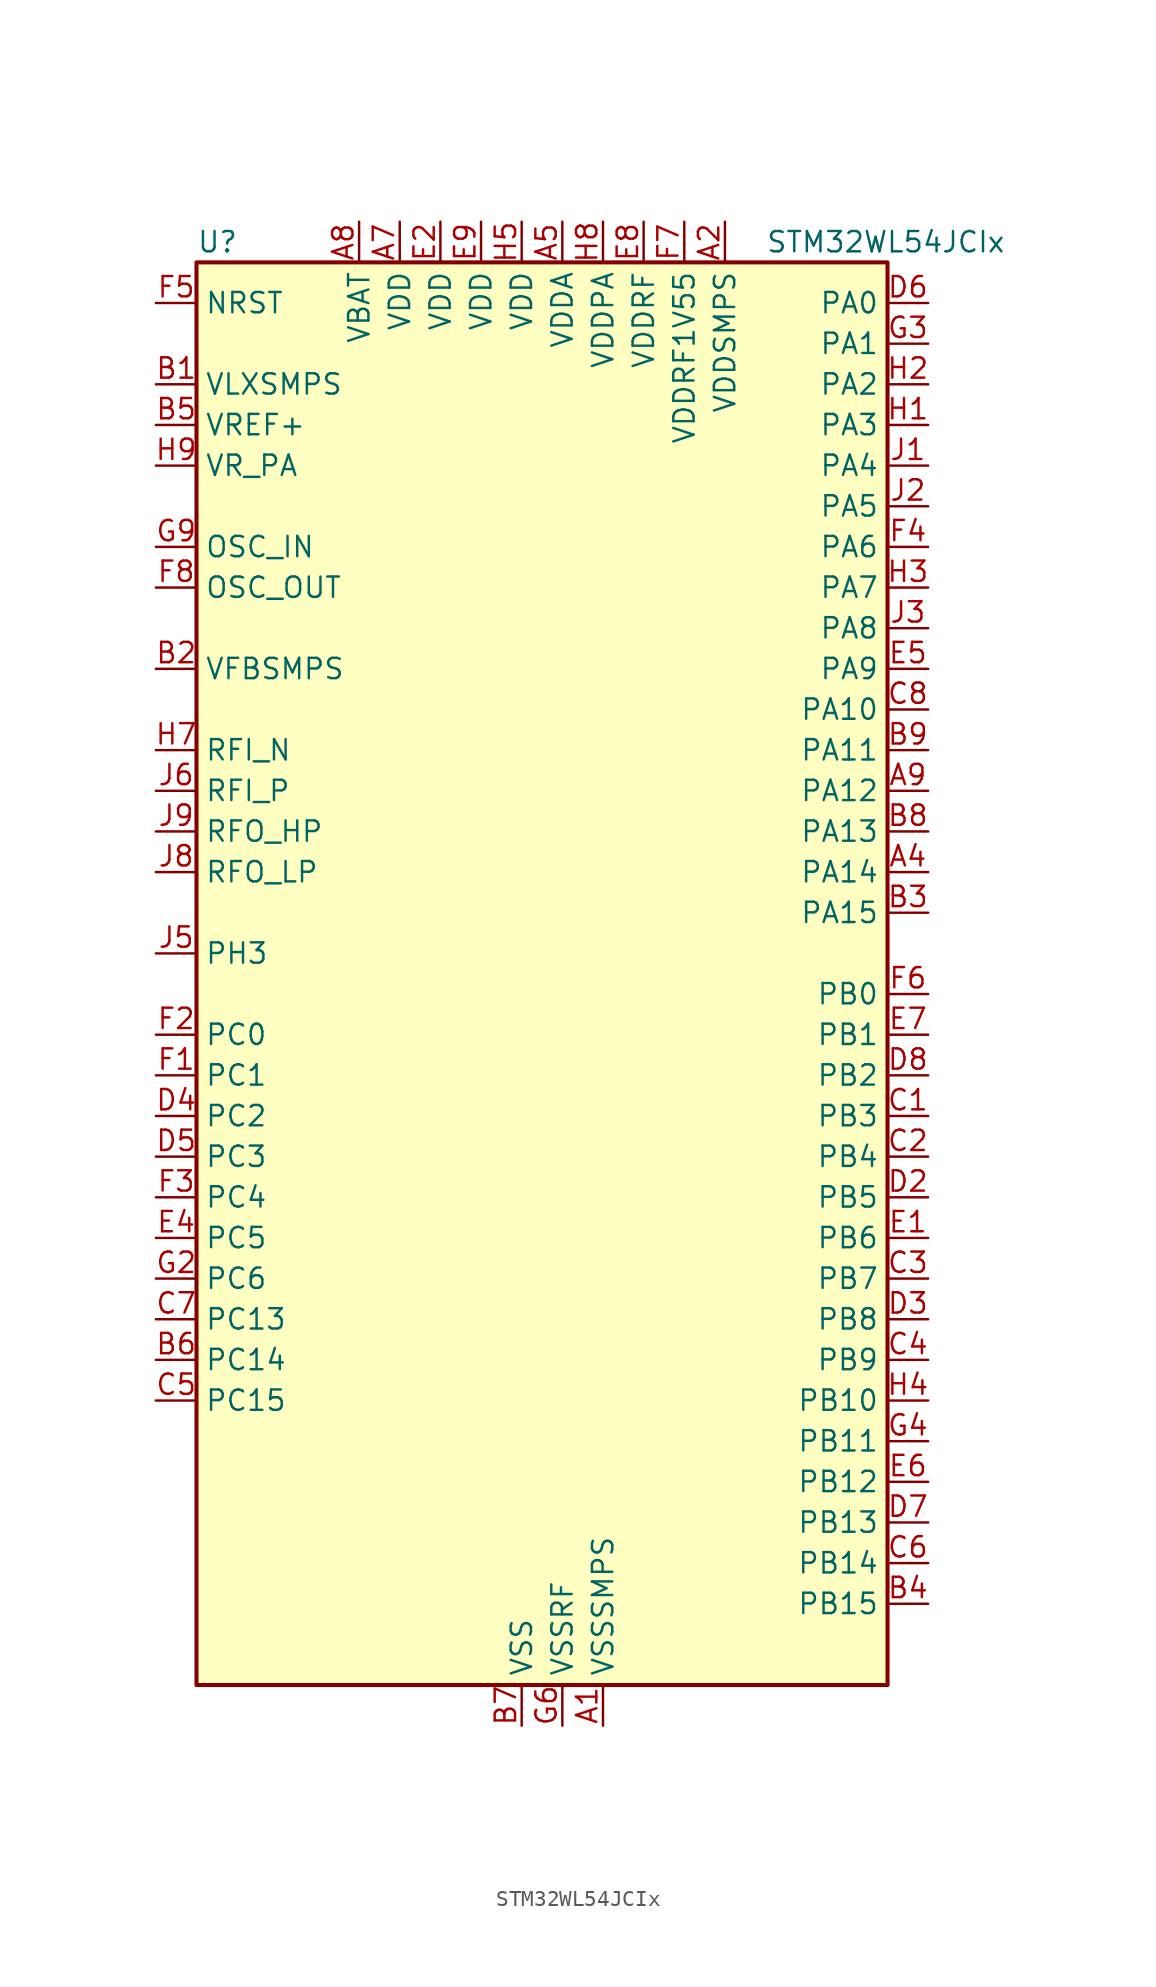
<source format=kicad_sym>
(kicad_symbol_lib
  (version 20220914)
  (generator kicad_symbol_editor)
  (symbol "STM32WL54JCIx"
    (property "Reference" "U"
      (at -20.32 46.99 0)
      (effects (font (size 1.27 1.27)) (justify left)))
    (property "Value" "STM32WL54JCIx"
      (at 15.24 46.99 0)
      (effects (font (size 1.27 1.27)) (justify left)))
    (property "ki_locked" ""
      (at 0 0 0)
      (effects (font (size 1.27 1.27))))
    (symbol "STM32WL54JCIx_0_1"
      (rectangle (start -20.32 -43.18) (end 22.86 45.72) (stroke (width 0.254) (type default)) (fill (type background))))
    (symbol "STM32WL54JCIx_1_1"
      (pin power_in line (at 5.08 -45.72 90) (length 2.54) (name "VSSSMPS" (effects (font (size 1.27 1.27)))) (number "A1" (effects (font (size 1.27 1.27)))))
      (pin power_in line (at 12.7 48.26 270) (length 2.54) (name "VDDSMPS" (effects (font (size 1.27 1.27)))) (number "A2" (effects (font (size 1.27 1.27)))))
      (pin bidirectional line (at 25.4 7.62 180) (length 2.54) (name "PA14" (effects (font (size 1.27 1.27)))) (number "A4" (effects (font (size 1.27 1.27)))) (alternate "ADC_IN10" bidirectional line) (alternate "DEBUG_JTCK-SWCLK" bidirectional line) (alternate "I2C1_SMBA" bidirectional line) (alternate "LPTIM1_OUT" bidirectional line))
      (pin power_in line (at 2.54 48.26 270) (length 2.54) (name "VDDA" (effects (font (size 1.27 1.27)))) (number "A5" (effects (font (size 1.27 1.27)))))
      (pin power_in line (at -7.62 48.26 270) (length 2.54) (name "VDD" (effects (font (size 1.27 1.27)))) (number "A7" (effects (font (size 1.27 1.27)))))
      (pin power_in line (at -10.16 48.26 270) (length 2.54) (name "VBAT" (effects (font (size 1.27 1.27)))) (number "A8" (effects (font (size 1.27 1.27)))))
      (pin bidirectional line (at 25.4 12.7 180) (length 2.54) (name "PA12" (effects (font (size 1.27 1.27)))) (number "A9" (effects (font (size 1.27 1.27)))) (alternate "ADC_IN8" bidirectional line) (alternate "DEBUG_RF-BUSY" bidirectional line) (alternate "I2C2_SCL" bidirectional line) (alternate "LPTIM3_IN1" bidirectional line) (alternate "SPI1_MOSI" bidirectional line) (alternate "TIM1_ETR" bidirectional line) (alternate "USART1_DE" bidirectional line) (alternate "USART1_RTS" bidirectional line))
      (pin power_in line (at -22.86 38.1 0) (length 2.54) (name "VLXSMPS" (effects (font (size 1.27 1.27)))) (number "B1" (effects (font (size 1.27 1.27)))))
      (pin input line (at -22.86 20.32 0) (length 2.54) (name "VFBSMPS" (effects (font (size 1.27 1.27)))) (number "B2" (effects (font (size 1.27 1.27)))))
      (pin bidirectional line (at 25.4 5.08 180) (length 2.54) (name "PA15" (effects (font (size 1.27 1.27)))) (number "B3" (effects (font (size 1.27 1.27)))) (alternate "ADC_IN11" bidirectional line) (alternate "COMP1_INM" bidirectional line) (alternate "COMP2_INP" bidirectional line) (alternate "DEBUG_JTDI" bidirectional line) (alternate "I2C2_SDA" bidirectional line) (alternate "SPI1_NSS" bidirectional line) (alternate "TIM2_CH1" bidirectional line) (alternate "TIM2_ETR" bidirectional line))
      (pin bidirectional line (at 25.4 -38.1 180) (length 2.54) (name "PB15" (effects (font (size 1.27 1.27)))) (number "B4" (effects (font (size 1.27 1.27)))) (alternate "I2C2_SCL" bidirectional line) (alternate "I2S2_SD" bidirectional line) (alternate "SPI2_MOSI" bidirectional line) (alternate "TIM1_CH3N" bidirectional line))
      (pin input line (at -22.86 35.56 0) (length 2.54) (name "VREF+" (effects (font (size 1.27 1.27)))) (number "B5" (effects (font (size 1.27 1.27)))) (alternate "VREFBUF_OUT" bidirectional line))
      (pin bidirectional line (at -22.86 -22.86 0) (length 2.54) (name "PC14" (effects (font (size 1.27 1.27)))) (number "B6" (effects (font (size 1.27 1.27)))) (alternate "RCC_OSC32_IN" bidirectional line))
      (pin power_in line (at 0 -45.72 90) (length 2.54) (name "VSS" (effects (font (size 1.27 1.27)))) (number "B7" (effects (font (size 1.27 1.27)))))
      (pin bidirectional line (at 25.4 10.16 180) (length 2.54) (name "PA13" (effects (font (size 1.27 1.27)))) (number "B8" (effects (font (size 1.27 1.27)))) (alternate "ADC_IN9" bidirectional line) (alternate "DEBUG_JTMS-SWDIO" bidirectional line) (alternate "I2C2_SMBA" bidirectional line) (alternate "IR_OUT" bidirectional line))
      (pin bidirectional line (at 25.4 15.24 180) (length 2.54) (name "PA11" (effects (font (size 1.27 1.27)))) (number "B9" (effects (font (size 1.27 1.27)))) (alternate "ADC_EXTI11" bidirectional line) (alternate "ADC_IN7" bidirectional line) (alternate "COMP1_INM" bidirectional line) (alternate "COMP2_INM" bidirectional line) (alternate "DEBUG_RF-NRESET" bidirectional line) (alternate "I2C2_SDA" bidirectional line) (alternate "LPTIM3_ETR" bidirectional line) (alternate "SPI1_MISO" bidirectional line) (alternate "TIM1_BKIN2" bidirectional line) (alternate "TIM1_CH4" bidirectional line) (alternate "USART1_CTS" bidirectional line) (alternate "USART1_NSS" bidirectional line))
      (pin bidirectional line (at 25.4 -7.62 180) (length 2.54) (name "PB3" (effects (font (size 1.27 1.27)))) (number "C1" (effects (font (size 1.27 1.27)))) (alternate "ADC_IN2" bidirectional line) (alternate "COMP1_INM" bidirectional line) (alternate "COMP2_INM" bidirectional line) (alternate "DEBUG_JTDO-SWO" bidirectional line) (alternate "DEBUG_RF-DTB1" bidirectional line) (alternate "PWR_WKUP3" bidirectional line) (alternate "RTC_TAMP_IN3" bidirectional line) (alternate "SPI1_SCK" bidirectional line) (alternate "TIM2_CH2" bidirectional line) (alternate "USART1_DE" bidirectional line) (alternate "USART1_RTS" bidirectional line))
      (pin bidirectional line (at 25.4 -10.16 180) (length 2.54) (name "PB4" (effects (font (size 1.27 1.27)))) (number "C2" (effects (font (size 1.27 1.27)))) (alternate "ADC_IN3" bidirectional line) (alternate "COMP1_INP" bidirectional line) (alternate "COMP2_INP" bidirectional line) (alternate "DEBUG_JTRST" bidirectional line) (alternate "DEBUG_RF-LDORDY" bidirectional line) (alternate "I2C3_SDA" bidirectional line) (alternate "SPI1_MISO" bidirectional line) (alternate "TIM17_BKIN" bidirectional line) (alternate "USART1_CTS" bidirectional line) (alternate "USART1_NSS" bidirectional line))
      (pin bidirectional line (at 25.4 -17.78 180) (length 2.54) (name "PB7" (effects (font (size 1.27 1.27)))) (number "C3" (effects (font (size 1.27 1.27)))) (alternate "I2C1_SDA" bidirectional line) (alternate "LPTIM1_IN2" bidirectional line) (alternate "PWR_PVD_IN" bidirectional line) (alternate "TIM17_CH1N" bidirectional line) (alternate "TIM1_BKIN" bidirectional line) (alternate "USART1_RX" bidirectional line))
      (pin bidirectional line (at 25.4 -22.86 180) (length 2.54) (name "PB9" (effects (font (size 1.27 1.27)))) (number "C4" (effects (font (size 1.27 1.27)))) (alternate "DAC_EXTI9" bidirectional line) (alternate "I2C1_SDA" bidirectional line) (alternate "I2S2_WS" bidirectional line) (alternate "IR_OUT" bidirectional line) (alternate "SPI2_NSS" bidirectional line) (alternate "TIM17_CH1" bidirectional line) (alternate "TIM1_CH3N" bidirectional line))
      (pin bidirectional line (at -22.86 -25.4 0) (length 2.54) (name "PC15" (effects (font (size 1.27 1.27)))) (number "C5" (effects (font (size 1.27 1.27)))) (alternate "RCC_OSC32_OUT" bidirectional line))
      (pin bidirectional line (at 25.4 -35.56 180) (length 2.54) (name "PB14" (effects (font (size 1.27 1.27)))) (number "C6" (effects (font (size 1.27 1.27)))) (alternate "ADC_IN1" bidirectional line) (alternate "I2C3_SDA" bidirectional line) (alternate "I2S2_MCK" bidirectional line) (alternate "SPI2_MISO" bidirectional line) (alternate "TIM1_CH2N" bidirectional line))
      (pin bidirectional line (at -22.86 -20.32 0) (length 2.54) (name "PC13" (effects (font (size 1.27 1.27)))) (number "C7" (effects (font (size 1.27 1.27)))) (alternate "PWR_WKUP2" bidirectional line) (alternate "RTC_OUT1" bidirectional line) (alternate "RTC_TAMP_IN1" bidirectional line) (alternate "RTC_TS" bidirectional line))
      (pin bidirectional line (at 25.4 17.78 180) (length 2.54) (name "PA10" (effects (font (size 1.27 1.27)))) (number "C8" (effects (font (size 1.27 1.27)))) (alternate "ADC_IN6" bidirectional line) (alternate "COMP1_INM" bidirectional line) (alternate "COMP2_INM" bidirectional line) (alternate "DAC_OUT1" bidirectional line) (alternate "DEBUG_RF-HSE32RDY" bidirectional line) (alternate "I2C1_SDA" bidirectional line) (alternate "I2S2_SD" bidirectional line) (alternate "RTC_REFIN" bidirectional line) (alternate "SPI2_MOSI" bidirectional line) (alternate "TIM17_BKIN" bidirectional line) (alternate "TIM1_CH3" bidirectional line) (alternate "USART1_RX" bidirectional line))
      (pin bidirectional line (at 25.4 -12.7 180) (length 2.54) (name "PB5" (effects (font (size 1.27 1.27)))) (number "D2" (effects (font (size 1.27 1.27)))) (alternate "COMP2_OUT" bidirectional line) (alternate "I2C1_SMBA" bidirectional line) (alternate "LPTIM1_IN1" bidirectional line) (alternate "SPI1_MOSI" bidirectional line) (alternate "TIM16_BKIN" bidirectional line) (alternate "USART1_CK" bidirectional line))
      (pin bidirectional line (at 25.4 -20.32 180) (length 2.54) (name "PB8" (effects (font (size 1.27 1.27)))) (number "D3" (effects (font (size 1.27 1.27)))) (alternate "I2C1_SCL" bidirectional line) (alternate "TIM16_CH1" bidirectional line) (alternate "TIM1_CH2N" bidirectional line))
      (pin bidirectional line (at -22.86 -7.62 0) (length 2.54) (name "PC2" (effects (font (size 1.27 1.27)))) (number "D4" (effects (font (size 1.27 1.27)))) (alternate "LPTIM1_IN2" bidirectional line) (alternate "SPI2_MISO" bidirectional line))
      (pin bidirectional line (at -22.86 -10.16 0) (length 2.54) (name "PC3" (effects (font (size 1.27 1.27)))) (number "D5" (effects (font (size 1.27 1.27)))) (alternate "I2S2_SD" bidirectional line) (alternate "LPTIM1_ETR" bidirectional line) (alternate "LPTIM2_ETR" bidirectional line) (alternate "SPI2_MOSI" bidirectional line))
      (pin bidirectional line (at 25.4 43.18 180) (length 2.54) (name "PA0" (effects (font (size 1.27 1.27)))) (number "D6" (effects (font (size 1.27 1.27)))) (alternate "COMP1_OUT" bidirectional line) (alternate "DEBUG_PWR-REGLP1S" bidirectional line) (alternate "I2C3_SMBA" bidirectional line) (alternate "I2S_CKIN" bidirectional line) (alternate "PWR_WKUP1" bidirectional line) (alternate "RTC_TAMP_IN2" bidirectional line) (alternate "TIM2_CH1" bidirectional line) (alternate "TIM2_ETR" bidirectional line) (alternate "USART2_CTS" bidirectional line) (alternate "USART2_NSS" bidirectional line))
      (pin bidirectional line (at 25.4 -33.02 180) (length 2.54) (name "PB13" (effects (font (size 1.27 1.27)))) (number "D7" (effects (font (size 1.27 1.27)))) (alternate "ADC_IN0" bidirectional line) (alternate "I2C3_SCL" bidirectional line) (alternate "I2S2_CK" bidirectional line) (alternate "LPUART1_CTS" bidirectional line) (alternate "SPI2_SCK" bidirectional line) (alternate "TIM1_CH1N" bidirectional line))
      (pin bidirectional line (at 25.4 -5.08 180) (length 2.54) (name "PB2" (effects (font (size 1.27 1.27)))) (number "D8" (effects (font (size 1.27 1.27)))) (alternate "ADC_IN4" bidirectional line) (alternate "COMP1_INP" bidirectional line) (alternate "COMP2_INM" bidirectional line) (alternate "DEBUG_RF-SMPSRDY" bidirectional line) (alternate "I2C3_SMBA" bidirectional line) (alternate "LPTIM1_OUT" bidirectional line) (alternate "SPI1_NSS" bidirectional line))
      (pin passive line (at 0 -45.72 90) (length 2.54) hide (name "VSS" (effects (font (size 1.27 1.27)))) (number "D9" (effects (font (size 1.27 1.27)))))
      (pin bidirectional line (at 25.4 -15.24 180) (length 2.54) (name "PB6" (effects (font (size 1.27 1.27)))) (number "E1" (effects (font (size 1.27 1.27)))) (alternate "I2C1_SCL" bidirectional line) (alternate "LPTIM1_ETR" bidirectional line) (alternate "TIM16_CH1N" bidirectional line) (alternate "USART1_TX" bidirectional line))
      (pin power_in line (at -5.08 48.26 270) (length 2.54) (name "VDD" (effects (font (size 1.27 1.27)))) (number "E2" (effects (font (size 1.27 1.27)))))
      (pin passive line (at 0 -45.72 90) (length 2.54) hide (name "VSS" (effects (font (size 1.27 1.27)))) (number "E3" (effects (font (size 1.27 1.27)))))
      (pin bidirectional line (at -22.86 -15.24 0) (length 2.54) (name "PC5" (effects (font (size 1.27 1.27)))) (number "E4" (effects (font (size 1.27 1.27)))))
      (pin bidirectional line (at 25.4 20.32 180) (length 2.54) (name "PA9" (effects (font (size 1.27 1.27)))) (number "E5" (effects (font (size 1.27 1.27)))) (alternate "DAC_EXTI9" bidirectional line) (alternate "I2C1_SCL" bidirectional line) (alternate "I2S2_CK" bidirectional line) (alternate "I2S2_WS" bidirectional line) (alternate "SPI2_NSS" bidirectional line) (alternate "SPI2_SCK" bidirectional line) (alternate "TIM1_CH2" bidirectional line) (alternate "USART1_TX" bidirectional line))
      (pin bidirectional line (at 25.4 -30.48 180) (length 2.54) (name "PB12" (effects (font (size 1.27 1.27)))) (number "E6" (effects (font (size 1.27 1.27)))) (alternate "I2C3_SMBA" bidirectional line) (alternate "I2S2_WS" bidirectional line) (alternate "LPUART1_RTS" bidirectional line) (alternate "SPI2_NSS" bidirectional line) (alternate "TIM1_BKIN" bidirectional line))
      (pin bidirectional line (at 25.4 -2.54 180) (length 2.54) (name "PB1" (effects (font (size 1.27 1.27)))) (number "E7" (effects (font (size 1.27 1.27)))) (alternate "ADC_IN5" bidirectional line) (alternate "COMP2_INP" bidirectional line) (alternate "LPTIM2_IN1" bidirectional line) (alternate "LPUART1_DE" bidirectional line) (alternate "LPUART1_RTS" bidirectional line))
      (pin power_in line (at 7.62 48.26 270) (length 2.54) (name "VDDRF" (effects (font (size 1.27 1.27)))) (number "E8" (effects (font (size 1.27 1.27)))))
      (pin power_in line (at -2.54 48.26 270) (length 2.54) (name "VDD" (effects (font (size 1.27 1.27)))) (number "E9" (effects (font (size 1.27 1.27)))))
      (pin bidirectional line (at -22.86 -5.08 0) (length 2.54) (name "PC1" (effects (font (size 1.27 1.27)))) (number "F1" (effects (font (size 1.27 1.27)))) (alternate "I2C3_SDA" bidirectional line) (alternate "I2S2_SD" bidirectional line) (alternate "LPTIM1_OUT" bidirectional line) (alternate "LPUART1_TX" bidirectional line) (alternate "SPI2_MOSI" bidirectional line))
      (pin bidirectional line (at -22.86 -2.54 0) (length 2.54) (name "PC0" (effects (font (size 1.27 1.27)))) (number "F2" (effects (font (size 1.27 1.27)))) (alternate "I2C3_SCL" bidirectional line) (alternate "LPTIM1_IN1" bidirectional line) (alternate "LPTIM2_IN1" bidirectional line) (alternate "LPUART1_RX" bidirectional line))
      (pin bidirectional line (at -22.86 -12.7 0) (length 2.54) (name "PC4" (effects (font (size 1.27 1.27)))) (number "F3" (effects (font (size 1.27 1.27)))))
      (pin bidirectional line (at 25.4 27.94 180) (length 2.54) (name "PA6" (effects (font (size 1.27 1.27)))) (number "F4" (effects (font (size 1.27 1.27)))) (alternate "DEBUG_SUBGHZSPI-MISOOUT" bidirectional line) (alternate "I2C2_SMBA" bidirectional line) (alternate "LPUART1_CTS" bidirectional line) (alternate "SPI1_MISO" bidirectional line) (alternate "TIM16_CH1" bidirectional line) (alternate "TIM1_BKIN" bidirectional line))
      (pin input line (at -22.86 43.18 0) (length 2.54) (name "NRST" (effects (font (size 1.27 1.27)))) (number "F5" (effects (font (size 1.27 1.27)))))
      (pin bidirectional line (at 25.4 0 180) (length 2.54) (name "PB0" (effects (font (size 1.27 1.27)))) (number "F6" (effects (font (size 1.27 1.27)))) (alternate "COMP1_OUT" bidirectional line) (alternate "VDDTCXO" bidirectional line))
      (pin power_in line (at 10.16 48.26 270) (length 2.54) (name "VDDRF1V55" (effects (font (size 1.27 1.27)))) (number "F7" (effects (font (size 1.27 1.27)))))
      (pin input line (at -22.86 25.4 0) (length 2.54) (name "OSC_OUT" (effects (font (size 1.27 1.27)))) (number "F8" (effects (font (size 1.27 1.27)))) (alternate "RCC_OSC_OUT" bidirectional line))
      (pin bidirectional line (at -22.86 -17.78 0) (length 2.54) (name "PC6" (effects (font (size 1.27 1.27)))) (number "G2" (effects (font (size 1.27 1.27)))) (alternate "I2S2_MCK" bidirectional line))
      (pin bidirectional line (at 25.4 40.64 180) (length 2.54) (name "PA1" (effects (font (size 1.27 1.27)))) (number "G3" (effects (font (size 1.27 1.27)))) (alternate "DEBUG_PWR-REGLP2S" bidirectional line) (alternate "I2C1_SMBA" bidirectional line) (alternate "LPTIM3_OUT" bidirectional line) (alternate "LPUART1_RTS" bidirectional line) (alternate "SPI1_SCK" bidirectional line) (alternate "TIM2_CH2" bidirectional line) (alternate "USART2_DE" bidirectional line) (alternate "USART2_RTS" bidirectional line))
      (pin bidirectional line (at 25.4 -27.94 180) (length 2.54) (name "PB11" (effects (font (size 1.27 1.27)))) (number "G4" (effects (font (size 1.27 1.27)))) (alternate "ADC_EXTI11" bidirectional line) (alternate "COMP2_OUT" bidirectional line) (alternate "I2C3_SDA" bidirectional line) (alternate "LPUART1_TX" bidirectional line) (alternate "TIM2_CH4" bidirectional line))
      (pin passive line (at 0 -45.72 90) (length 2.54) hide (name "VSS" (effects (font (size 1.27 1.27)))) (number "G5" (effects (font (size 1.27 1.27)))))
      (pin power_in line (at 2.54 -45.72 90) (length 2.54) (name "VSSRF" (effects (font (size 1.27 1.27)))) (number "G6" (effects (font (size 1.27 1.27)))))
      (pin passive line (at 2.54 -45.72 90) (length 2.54) hide (name "VSSRF" (effects (font (size 1.27 1.27)))) (number "G7" (effects (font (size 1.27 1.27)))))
      (pin passive line (at 2.54 -45.72 90) (length 2.54) hide (name "VSSRF" (effects (font (size 1.27 1.27)))) (number "G8" (effects (font (size 1.27 1.27)))))
      (pin input line (at -22.86 27.94 0) (length 2.54) (name "OSC_IN" (effects (font (size 1.27 1.27)))) (number "G9" (effects (font (size 1.27 1.27)))) (alternate "RCC_OSC_IN" bidirectional line))
      (pin bidirectional line (at 25.4 35.56 180) (length 2.54) (name "PA3" (effects (font (size 1.27 1.27)))) (number "H1" (effects (font (size 1.27 1.27)))) (alternate "I2S2_MCK" bidirectional line) (alternate "LPUART1_RX" bidirectional line) (alternate "TIM2_CH4" bidirectional line) (alternate "USART2_RX" bidirectional line))
      (pin bidirectional line (at 25.4 38.1 180) (length 2.54) (name "PA2" (effects (font (size 1.27 1.27)))) (number "H2" (effects (font (size 1.27 1.27)))) (alternate "COMP2_OUT" bidirectional line) (alternate "DEBUG_PWR-LDORDY" bidirectional line) (alternate "LPUART1_TX" bidirectional line) (alternate "RCC_LSCO" bidirectional line) (alternate "TIM2_CH3" bidirectional line) (alternate "USART2_TX" bidirectional line))
      (pin bidirectional line (at 25.4 25.4 180) (length 2.54) (name "PA7" (effects (font (size 1.27 1.27)))) (number "H3" (effects (font (size 1.27 1.27)))) (alternate "COMP2_OUT" bidirectional line) (alternate "DEBUG_SUBGHZSPI-MOSIOUT" bidirectional line) (alternate "I2C3_SCL" bidirectional line) (alternate "SPI1_MOSI" bidirectional line) (alternate "TIM17_CH1" bidirectional line) (alternate "TIM1_CH1N" bidirectional line))
      (pin bidirectional line (at 25.4 -25.4 180) (length 2.54) (name "PB10" (effects (font (size 1.27 1.27)))) (number "H4" (effects (font (size 1.27 1.27)))) (alternate "COMP1_OUT" bidirectional line) (alternate "I2C3_SCL" bidirectional line) (alternate "I2S2_CK" bidirectional line) (alternate "LPUART1_RX" bidirectional line) (alternate "SPI2_SCK" bidirectional line) (alternate "TIM2_CH3" bidirectional line))
      (pin power_in line (at 0 48.26 270) (length 2.54) (name "VDD" (effects (font (size 1.27 1.27)))) (number "H5" (effects (font (size 1.27 1.27)))))
      (pin passive line (at 2.54 -45.72 90) (length 2.54) hide (name "VSSRF" (effects (font (size 1.27 1.27)))) (number "H6" (effects (font (size 1.27 1.27)))))
      (pin bidirectional line (at -22.86 15.24 0) (length 2.54) (name "RFI_N" (effects (font (size 1.27 1.27)))) (number "H7" (effects (font (size 1.27 1.27)))))
      (pin power_in line (at 5.08 48.26 270) (length 2.54) (name "VDDPA" (effects (font (size 1.27 1.27)))) (number "H8" (effects (font (size 1.27 1.27)))))
      (pin power_in line (at -22.86 33.02 0) (length 2.54) (name "VR_PA" (effects (font (size 1.27 1.27)))) (number "H9" (effects (font (size 1.27 1.27)))))
      (pin bidirectional line (at 25.4 33.02 180) (length 2.54) (name "PA4" (effects (font (size 1.27 1.27)))) (number "J1" (effects (font (size 1.27 1.27)))) (alternate "DEBUG_SUBGHZSPI-NSSOUT" bidirectional line) (alternate "LPTIM1_OUT" bidirectional line) (alternate "LPTIM2_OUT" bidirectional line) (alternate "RTC_OUT2" bidirectional line) (alternate "SPI1_NSS" bidirectional line) (alternate "USART2_CK" bidirectional line))
      (pin bidirectional line (at 25.4 30.48 180) (length 2.54) (name "PA5" (effects (font (size 1.27 1.27)))) (number "J2" (effects (font (size 1.27 1.27)))) (alternate "DEBUG_SUBGHZSPI-SCKOUT" bidirectional line) (alternate "LPTIM2_ETR" bidirectional line) (alternate "SPI1_SCK" bidirectional line) (alternate "SPI2_MISO" bidirectional line) (alternate "TIM2_CH1" bidirectional line) (alternate "TIM2_ETR" bidirectional line))
      (pin bidirectional line (at 25.4 22.86 180) (length 2.54) (name "PA8" (effects (font (size 1.27 1.27)))) (number "J3" (effects (font (size 1.27 1.27)))) (alternate "I2S2_CK" bidirectional line) (alternate "LPTIM2_OUT" bidirectional line) (alternate "RCC_MCO" bidirectional line) (alternate "SPI2_SCK" bidirectional line) (alternate "TIM1_CH1" bidirectional line) (alternate "USART1_CK" bidirectional line))
      (pin bidirectional line (at -22.86 2.54 0) (length 2.54) (name "PH3" (effects (font (size 1.27 1.27)))) (number "J5" (effects (font (size 1.27 1.27)))))
      (pin bidirectional line (at -22.86 12.7 0) (length 2.54) (name "RFI_P" (effects (font (size 1.27 1.27)))) (number "J6" (effects (font (size 1.27 1.27)))))
      (pin bidirectional line (at -22.86 7.62 0) (length 2.54) (name "RFO_LP" (effects (font (size 1.27 1.27)))) (number "J8" (effects (font (size 1.27 1.27)))))
      (pin bidirectional line (at -22.86 10.16 0) (length 2.54) (name "RFO_HP" (effects (font (size 1.27 1.27)))) (number "J9" (effects (font (size 1.27 1.27))))))))
</source>
